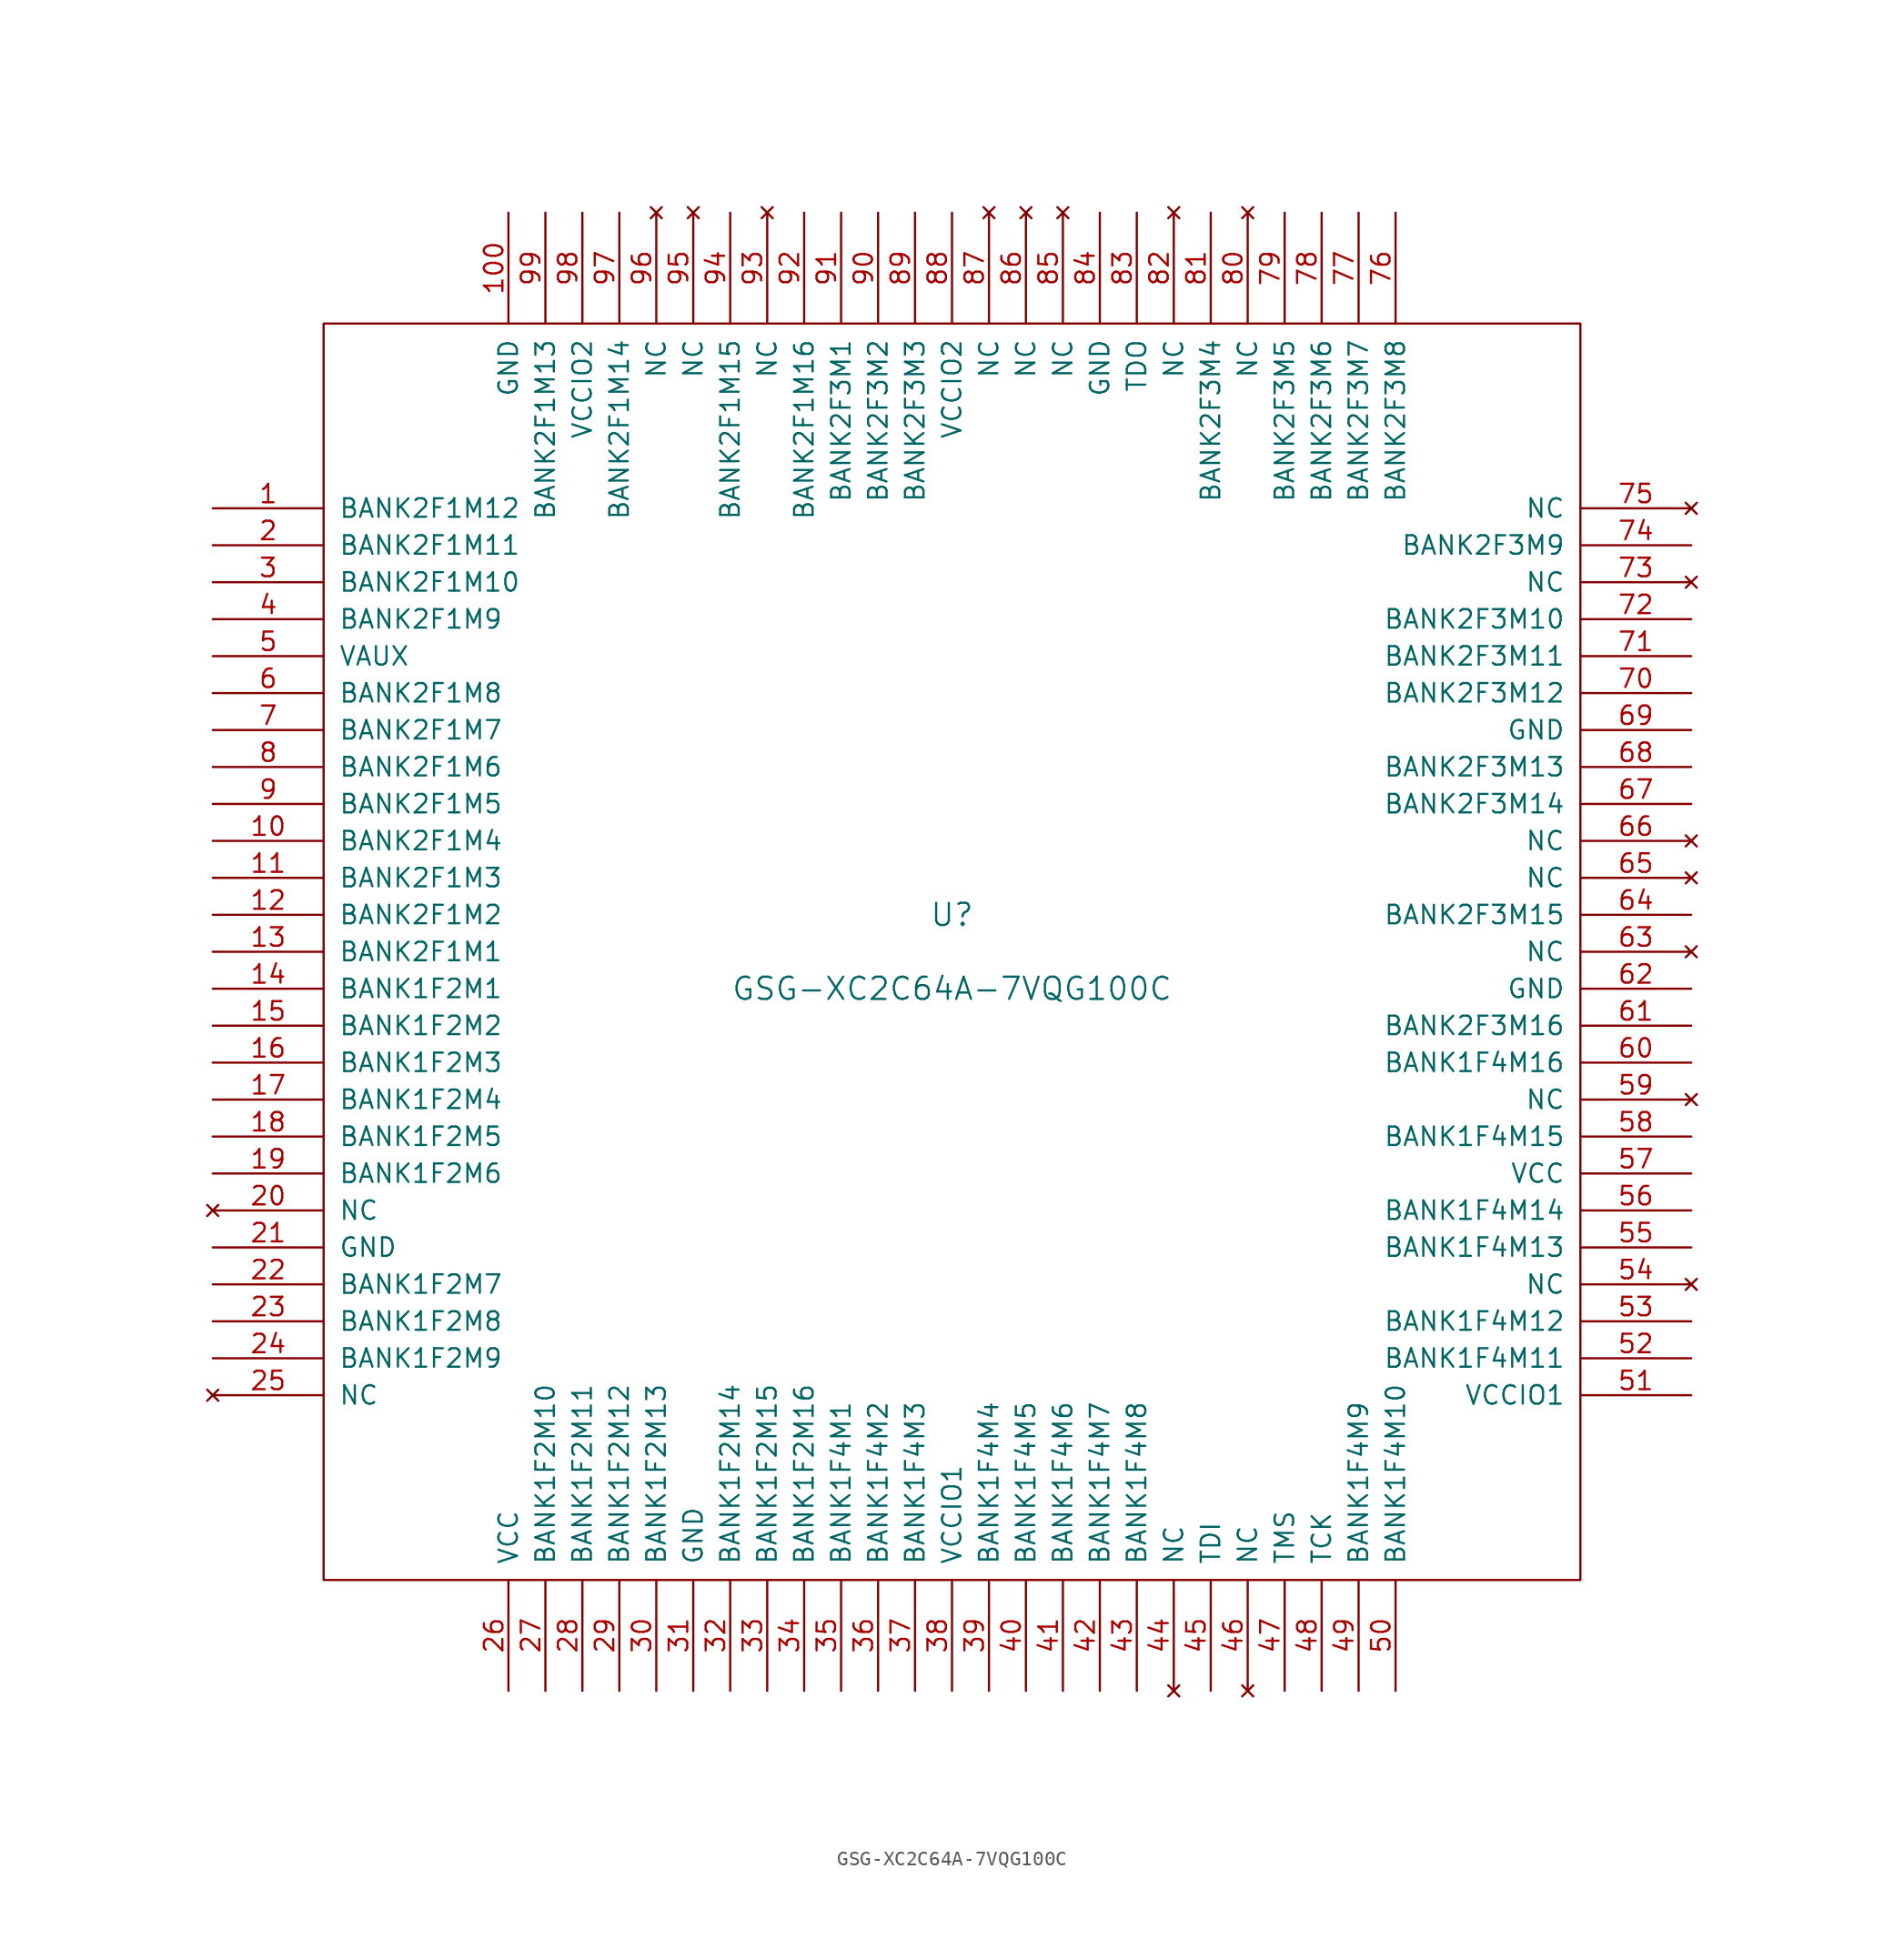
<source format=kicad_sym>
(kicad_symbol_lib
  (version 20211014)
  (generator kicad_symbol_editor)
  (symbol "GSG-XC2C64A-7VQG100C"
    (pin_names
      (offset 1.016))
    (property "Reference" "U"
      (at 0 2.54 0)
      (effects (font (size 1.524 1.524))))
    (property "Value" "GSG-XC2C64A-7VQG100C"
      (at 0 -2.54 0)
      (effects (font (size 1.524 1.524))))
    (property "Footprint" ""
      (at 0 0 0)
      (effects (font (size 1.524 1.524))))
    (property "Datasheet" ""
      (at 0 0 0)
      (effects (font (size 1.524 1.524))))
    (symbol "GSG-XC2C64A-7VQG100C_0_1"
      (rectangle (start -43.18 43.18) (end 43.18 -43.18) (stroke (width 0) (type default) (color 0 0 0 0)) (fill (type none))))
    (symbol "GSG-XC2C64A-7VQG100C_1_1"
      (pin bidirectional line (at -50.8 30.48 0) (length 7.62) (name "BANK2F1M12" (effects (font (size 1.27 1.27)))) (number "1" (effects (font (size 1.27 1.27)))))
      (pin bidirectional line (at -50.8 7.62 0) (length 7.62) (name "BANK2F1M4" (effects (font (size 1.27 1.27)))) (number "10" (effects (font (size 1.27 1.27)))))
      (pin power_in line (at -30.48 50.8 270) (length 7.62) (name "GND" (effects (font (size 1.27 1.27)))) (number "100" (effects (font (size 1.27 1.27)))))
      (pin bidirectional line (at -50.8 5.08 0) (length 7.62) (name "BANK2F1M3" (effects (font (size 1.27 1.27)))) (number "11" (effects (font (size 1.27 1.27)))))
      (pin bidirectional line (at -50.8 2.54 0) (length 7.62) (name "BANK2F1M2" (effects (font (size 1.27 1.27)))) (number "12" (effects (font (size 1.27 1.27)))))
      (pin bidirectional line (at -50.8 0 0) (length 7.62) (name "BANK2F1M1" (effects (font (size 1.27 1.27)))) (number "13" (effects (font (size 1.27 1.27)))))
      (pin bidirectional line (at -50.8 -2.54 0) (length 7.62) (name "BANK1F2M1" (effects (font (size 1.27 1.27)))) (number "14" (effects (font (size 1.27 1.27)))))
      (pin bidirectional line (at -50.8 -5.08 0) (length 7.62) (name "BANK1F2M2" (effects (font (size 1.27 1.27)))) (number "15" (effects (font (size 1.27 1.27)))))
      (pin bidirectional line (at -50.8 -7.62 0) (length 7.62) (name "BANK1F2M3" (effects (font (size 1.27 1.27)))) (number "16" (effects (font (size 1.27 1.27)))))
      (pin bidirectional line (at -50.8 -10.16 0) (length 7.62) (name "BANK1F2M4" (effects (font (size 1.27 1.27)))) (number "17" (effects (font (size 1.27 1.27)))))
      (pin bidirectional line (at -50.8 -12.7 0) (length 7.62) (name "BANK1F2M5" (effects (font (size 1.27 1.27)))) (number "18" (effects (font (size 1.27 1.27)))))
      (pin bidirectional line (at -50.8 -15.24 0) (length 7.62) (name "BANK1F2M6" (effects (font (size 1.27 1.27)))) (number "19" (effects (font (size 1.27 1.27)))))
      (pin bidirectional line (at -50.8 27.94 0) (length 7.62) (name "BANK2F1M11" (effects (font (size 1.27 1.27)))) (number "2" (effects (font (size 1.27 1.27)))))
      (pin no_connect line (at -50.8 -17.78 0) (length 7.62) (name "NC" (effects (font (size 1.27 1.27)))) (number "20" (effects (font (size 1.27 1.27)))))
      (pin power_in line (at -50.8 -20.32 0) (length 7.62) (name "GND" (effects (font (size 1.27 1.27)))) (number "21" (effects (font (size 1.27 1.27)))))
      (pin bidirectional line (at -50.8 -22.86 0) (length 7.62) (name "BANK1F2M7" (effects (font (size 1.27 1.27)))) (number "22" (effects (font (size 1.27 1.27)))))
      (pin bidirectional line (at -50.8 -25.4 0) (length 7.62) (name "BANK1F2M8" (effects (font (size 1.27 1.27)))) (number "23" (effects (font (size 1.27 1.27)))))
      (pin bidirectional line (at -50.8 -27.94 0) (length 7.62) (name "BANK1F2M9" (effects (font (size 1.27 1.27)))) (number "24" (effects (font (size 1.27 1.27)))))
      (pin no_connect line (at -50.8 -30.48 0) (length 7.62) (name "NC" (effects (font (size 1.27 1.27)))) (number "25" (effects (font (size 1.27 1.27)))))
      (pin power_in line (at -30.48 -50.8 90) (length 7.62) (name "VCC" (effects (font (size 1.27 1.27)))) (number "26" (effects (font (size 1.27 1.27)))))
      (pin bidirectional line (at -27.94 -50.8 90) (length 7.62) (name "BANK1F2M10" (effects (font (size 1.27 1.27)))) (number "27" (effects (font (size 1.27 1.27)))))
      (pin bidirectional line (at -25.4 -50.8 90) (length 7.62) (name "BANK1F2M11" (effects (font (size 1.27 1.27)))) (number "28" (effects (font (size 1.27 1.27)))))
      (pin bidirectional line (at -22.86 -50.8 90) (length 7.62) (name "BANK1F2M12" (effects (font (size 1.27 1.27)))) (number "29" (effects (font (size 1.27 1.27)))))
      (pin bidirectional line (at -50.8 25.4 0) (length 7.62) (name "BANK2F1M10" (effects (font (size 1.27 1.27)))) (number "3" (effects (font (size 1.27 1.27)))))
      (pin bidirectional line (at -20.32 -50.8 90) (length 7.62) (name "BANK1F2M13" (effects (font (size 1.27 1.27)))) (number "30" (effects (font (size 1.27 1.27)))))
      (pin power_in line (at -17.78 -50.8 90) (length 7.62) (name "GND" (effects (font (size 1.27 1.27)))) (number "31" (effects (font (size 1.27 1.27)))))
      (pin bidirectional line (at -15.24 -50.8 90) (length 7.62) (name "BANK1F2M14" (effects (font (size 1.27 1.27)))) (number "32" (effects (font (size 1.27 1.27)))))
      (pin bidirectional line (at -12.7 -50.8 90) (length 7.62) (name "BANK1F2M15" (effects (font (size 1.27 1.27)))) (number "33" (effects (font (size 1.27 1.27)))))
      (pin bidirectional line (at -10.16 -50.8 90) (length 7.62) (name "BANK1F2M16" (effects (font (size 1.27 1.27)))) (number "34" (effects (font (size 1.27 1.27)))))
      (pin bidirectional line (at -7.62 -50.8 90) (length 7.62) (name "BANK1F4M1" (effects (font (size 1.27 1.27)))) (number "35" (effects (font (size 1.27 1.27)))))
      (pin bidirectional line (at -5.08 -50.8 90) (length 7.62) (name "BANK1F4M2" (effects (font (size 1.27 1.27)))) (number "36" (effects (font (size 1.27 1.27)))))
      (pin bidirectional line (at -2.54 -50.8 90) (length 7.62) (name "BANK1F4M3" (effects (font (size 1.27 1.27)))) (number "37" (effects (font (size 1.27 1.27)))))
      (pin power_in line (at 0 -50.8 90) (length 7.62) (name "VCCIO1" (effects (font (size 1.27 1.27)))) (number "38" (effects (font (size 1.27 1.27)))))
      (pin bidirectional line (at 2.54 -50.8 90) (length 7.62) (name "BANK1F4M4" (effects (font (size 1.27 1.27)))) (number "39" (effects (font (size 1.27 1.27)))))
      (pin bidirectional line (at -50.8 22.86 0) (length 7.62) (name "BANK2F1M9" (effects (font (size 1.27 1.27)))) (number "4" (effects (font (size 1.27 1.27)))))
      (pin bidirectional line (at 5.08 -50.8 90) (length 7.62) (name "BANK1F4M5" (effects (font (size 1.27 1.27)))) (number "40" (effects (font (size 1.27 1.27)))))
      (pin bidirectional line (at 7.62 -50.8 90) (length 7.62) (name "BANK1F4M6" (effects (font (size 1.27 1.27)))) (number "41" (effects (font (size 1.27 1.27)))))
      (pin bidirectional line (at 10.16 -50.8 90) (length 7.62) (name "BANK1F4M7" (effects (font (size 1.27 1.27)))) (number "42" (effects (font (size 1.27 1.27)))))
      (pin bidirectional line (at 12.7 -50.8 90) (length 7.62) (name "BANK1F4M8" (effects (font (size 1.27 1.27)))) (number "43" (effects (font (size 1.27 1.27)))))
      (pin no_connect line (at 15.24 -50.8 90) (length 7.62) (name "NC" (effects (font (size 1.27 1.27)))) (number "44" (effects (font (size 1.27 1.27)))))
      (pin input line (at 17.78 -50.8 90) (length 7.62) (name "TDI" (effects (font (size 1.27 1.27)))) (number "45" (effects (font (size 1.27 1.27)))))
      (pin no_connect line (at 20.32 -50.8 90) (length 7.62) (name "NC" (effects (font (size 1.27 1.27)))) (number "46" (effects (font (size 1.27 1.27)))))
      (pin input line (at 22.86 -50.8 90) (length 7.62) (name "TMS" (effects (font (size 1.27 1.27)))) (number "47" (effects (font (size 1.27 1.27)))))
      (pin input line (at 25.4 -50.8 90) (length 7.62) (name "TCK" (effects (font (size 1.27 1.27)))) (number "48" (effects (font (size 1.27 1.27)))))
      (pin bidirectional line (at 27.94 -50.8 90) (length 7.62) (name "BANK1F4M9" (effects (font (size 1.27 1.27)))) (number "49" (effects (font (size 1.27 1.27)))))
      (pin power_in line (at -50.8 20.32 0) (length 7.62) (name "VAUX" (effects (font (size 1.27 1.27)))) (number "5" (effects (font (size 1.27 1.27)))))
      (pin bidirectional line (at 30.48 -50.8 90) (length 7.62) (name "BANK1F4M10" (effects (font (size 1.27 1.27)))) (number "50" (effects (font (size 1.27 1.27)))))
      (pin power_in line (at 50.8 -30.48 180) (length 7.62) (name "VCCIO1" (effects (font (size 1.27 1.27)))) (number "51" (effects (font (size 1.27 1.27)))))
      (pin bidirectional line (at 50.8 -27.94 180) (length 7.62) (name "BANK1F4M11" (effects (font (size 1.27 1.27)))) (number "52" (effects (font (size 1.27 1.27)))))
      (pin bidirectional line (at 50.8 -25.4 180) (length 7.62) (name "BANK1F4M12" (effects (font (size 1.27 1.27)))) (number "53" (effects (font (size 1.27 1.27)))))
      (pin no_connect line (at 50.8 -22.86 180) (length 7.62) (name "NC" (effects (font (size 1.27 1.27)))) (number "54" (effects (font (size 1.27 1.27)))))
      (pin bidirectional line (at 50.8 -20.32 180) (length 7.62) (name "BANK1F4M13" (effects (font (size 1.27 1.27)))) (number "55" (effects (font (size 1.27 1.27)))))
      (pin bidirectional line (at 50.8 -17.78 180) (length 7.62) (name "BANK1F4M14" (effects (font (size 1.27 1.27)))) (number "56" (effects (font (size 1.27 1.27)))))
      (pin power_in line (at 50.8 -15.24 180) (length 7.62) (name "VCC" (effects (font (size 1.27 1.27)))) (number "57" (effects (font (size 1.27 1.27)))))
      (pin bidirectional line (at 50.8 -12.7 180) (length 7.62) (name "BANK1F4M15" (effects (font (size 1.27 1.27)))) (number "58" (effects (font (size 1.27 1.27)))))
      (pin no_connect line (at 50.8 -10.16 180) (length 7.62) (name "NC" (effects (font (size 1.27 1.27)))) (number "59" (effects (font (size 1.27 1.27)))))
      (pin bidirectional line (at -50.8 17.78 0) (length 7.62) (name "BANK2F1M8" (effects (font (size 1.27 1.27)))) (number "6" (effects (font (size 1.27 1.27)))))
      (pin bidirectional line (at 50.8 -7.62 180) (length 7.62) (name "BANK1F4M16" (effects (font (size 1.27 1.27)))) (number "60" (effects (font (size 1.27 1.27)))))
      (pin bidirectional line (at 50.8 -5.08 180) (length 7.62) (name "BANK2F3M16" (effects (font (size 1.27 1.27)))) (number "61" (effects (font (size 1.27 1.27)))))
      (pin power_in line (at 50.8 -2.54 180) (length 7.62) (name "GND" (effects (font (size 1.27 1.27)))) (number "62" (effects (font (size 1.27 1.27)))))
      (pin no_connect line (at 50.8 0 180) (length 7.62) (name "NC" (effects (font (size 1.27 1.27)))) (number "63" (effects (font (size 1.27 1.27)))))
      (pin bidirectional line (at 50.8 2.54 180) (length 7.62) (name "BANK2F3M15" (effects (font (size 1.27 1.27)))) (number "64" (effects (font (size 1.27 1.27)))))
      (pin no_connect line (at 50.8 5.08 180) (length 7.62) (name "NC" (effects (font (size 1.27 1.27)))) (number "65" (effects (font (size 1.27 1.27)))))
      (pin no_connect line (at 50.8 7.62 180) (length 7.62) (name "NC" (effects (font (size 1.27 1.27)))) (number "66" (effects (font (size 1.27 1.27)))))
      (pin bidirectional line (at 50.8 10.16 180) (length 7.62) (name "BANK2F3M14" (effects (font (size 1.27 1.27)))) (number "67" (effects (font (size 1.27 1.27)))))
      (pin bidirectional line (at 50.8 12.7 180) (length 7.62) (name "BANK2F3M13" (effects (font (size 1.27 1.27)))) (number "68" (effects (font (size 1.27 1.27)))))
      (pin power_in line (at 50.8 15.24 180) (length 7.62) (name "GND" (effects (font (size 1.27 1.27)))) (number "69" (effects (font (size 1.27 1.27)))))
      (pin bidirectional line (at -50.8 15.24 0) (length 7.62) (name "BANK2F1M7" (effects (font (size 1.27 1.27)))) (number "7" (effects (font (size 1.27 1.27)))))
      (pin bidirectional line (at 50.8 17.78 180) (length 7.62) (name "BANK2F3M12" (effects (font (size 1.27 1.27)))) (number "70" (effects (font (size 1.27 1.27)))))
      (pin bidirectional line (at 50.8 20.32 180) (length 7.62) (name "BANK2F3M11" (effects (font (size 1.27 1.27)))) (number "71" (effects (font (size 1.27 1.27)))))
      (pin bidirectional line (at 50.8 22.86 180) (length 7.62) (name "BANK2F3M10" (effects (font (size 1.27 1.27)))) (number "72" (effects (font (size 1.27 1.27)))))
      (pin no_connect line (at 50.8 25.4 180) (length 7.62) (name "NC" (effects (font (size 1.27 1.27)))) (number "73" (effects (font (size 1.27 1.27)))))
      (pin bidirectional line (at 50.8 27.94 180) (length 7.62) (name "BANK2F3M9" (effects (font (size 1.27 1.27)))) (number "74" (effects (font (size 1.27 1.27)))))
      (pin no_connect line (at 50.8 30.48 180) (length 7.62) (name "NC" (effects (font (size 1.27 1.27)))) (number "75" (effects (font (size 1.27 1.27)))))
      (pin bidirectional line (at 30.48 50.8 270) (length 7.62) (name "BANK2F3M8" (effects (font (size 1.27 1.27)))) (number "76" (effects (font (size 1.27 1.27)))))
      (pin bidirectional line (at 27.94 50.8 270) (length 7.62) (name "BANK2F3M7" (effects (font (size 1.27 1.27)))) (number "77" (effects (font (size 1.27 1.27)))))
      (pin bidirectional line (at 25.4 50.8 270) (length 7.62) (name "BANK2F3M6" (effects (font (size 1.27 1.27)))) (number "78" (effects (font (size 1.27 1.27)))))
      (pin bidirectional line (at 22.86 50.8 270) (length 7.62) (name "BANK2F3M5" (effects (font (size 1.27 1.27)))) (number "79" (effects (font (size 1.27 1.27)))))
      (pin bidirectional line (at -50.8 12.7 0) (length 7.62) (name "BANK2F1M6" (effects (font (size 1.27 1.27)))) (number "8" (effects (font (size 1.27 1.27)))))
      (pin no_connect line (at 20.32 50.8 270) (length 7.62) (name "NC" (effects (font (size 1.27 1.27)))) (number "80" (effects (font (size 1.27 1.27)))))
      (pin bidirectional line (at 17.78 50.8 270) (length 7.62) (name "BANK2F3M4" (effects (font (size 1.27 1.27)))) (number "81" (effects (font (size 1.27 1.27)))))
      (pin no_connect line (at 15.24 50.8 270) (length 7.62) (name "NC" (effects (font (size 1.27 1.27)))) (number "82" (effects (font (size 1.27 1.27)))))
      (pin output line (at 12.7 50.8 270) (length 7.62) (name "TDO" (effects (font (size 1.27 1.27)))) (number "83" (effects (font (size 1.27 1.27)))))
      (pin power_in line (at 10.16 50.8 270) (length 7.62) (name "GND" (effects (font (size 1.27 1.27)))) (number "84" (effects (font (size 1.27 1.27)))))
      (pin no_connect line (at 7.62 50.8 270) (length 7.62) (name "NC" (effects (font (size 1.27 1.27)))) (number "85" (effects (font (size 1.27 1.27)))))
      (pin no_connect line (at 5.08 50.8 270) (length 7.62) (name "NC" (effects (font (size 1.27 1.27)))) (number "86" (effects (font (size 1.27 1.27)))))
      (pin no_connect line (at 2.54 50.8 270) (length 7.62) (name "NC" (effects (font (size 1.27 1.27)))) (number "87" (effects (font (size 1.27 1.27)))))
      (pin power_in line (at 0 50.8 270) (length 7.62) (name "VCCIO2" (effects (font (size 1.27 1.27)))) (number "88" (effects (font (size 1.27 1.27)))))
      (pin bidirectional line (at -2.54 50.8 270) (length 7.62) (name "BANK2F3M3" (effects (font (size 1.27 1.27)))) (number "89" (effects (font (size 1.27 1.27)))))
      (pin bidirectional line (at -50.8 10.16 0) (length 7.62) (name "BANK2F1M5" (effects (font (size 1.27 1.27)))) (number "9" (effects (font (size 1.27 1.27)))))
      (pin bidirectional line (at -5.08 50.8 270) (length 7.62) (name "BANK2F3M2" (effects (font (size 1.27 1.27)))) (number "90" (effects (font (size 1.27 1.27)))))
      (pin bidirectional line (at -7.62 50.8 270) (length 7.62) (name "BANK2F3M1" (effects (font (size 1.27 1.27)))) (number "91" (effects (font (size 1.27 1.27)))))
      (pin bidirectional line (at -10.16 50.8 270) (length 7.62) (name "BANK2F1M16" (effects (font (size 1.27 1.27)))) (number "92" (effects (font (size 1.27 1.27)))))
      (pin no_connect line (at -12.7 50.8 270) (length 7.62) (name "NC" (effects (font (size 1.27 1.27)))) (number "93" (effects (font (size 1.27 1.27)))))
      (pin bidirectional line (at -15.24 50.8 270) (length 7.62) (name "BANK2F1M15" (effects (font (size 1.27 1.27)))) (number "94" (effects (font (size 1.27 1.27)))))
      (pin no_connect line (at -17.78 50.8 270) (length 7.62) (name "NC" (effects (font (size 1.27 1.27)))) (number "95" (effects (font (size 1.27 1.27)))))
      (pin no_connect line (at -20.32 50.8 270) (length 7.62) (name "NC" (effects (font (size 1.27 1.27)))) (number "96" (effects (font (size 1.27 1.27)))))
      (pin bidirectional line (at -22.86 50.8 270) (length 7.62) (name "BANK2F1M14" (effects (font (size 1.27 1.27)))) (number "97" (effects (font (size 1.27 1.27)))))
      (pin power_in line (at -25.4 50.8 270) (length 7.62) (name "VCCIO2" (effects (font (size 1.27 1.27)))) (number "98" (effects (font (size 1.27 1.27)))))
      (pin bidirectional line (at -27.94 50.8 270) (length 7.62) (name "BANK2F1M13" (effects (font (size 1.27 1.27)))) (number "99" (effects (font (size 1.27 1.27))))))))
</source>
